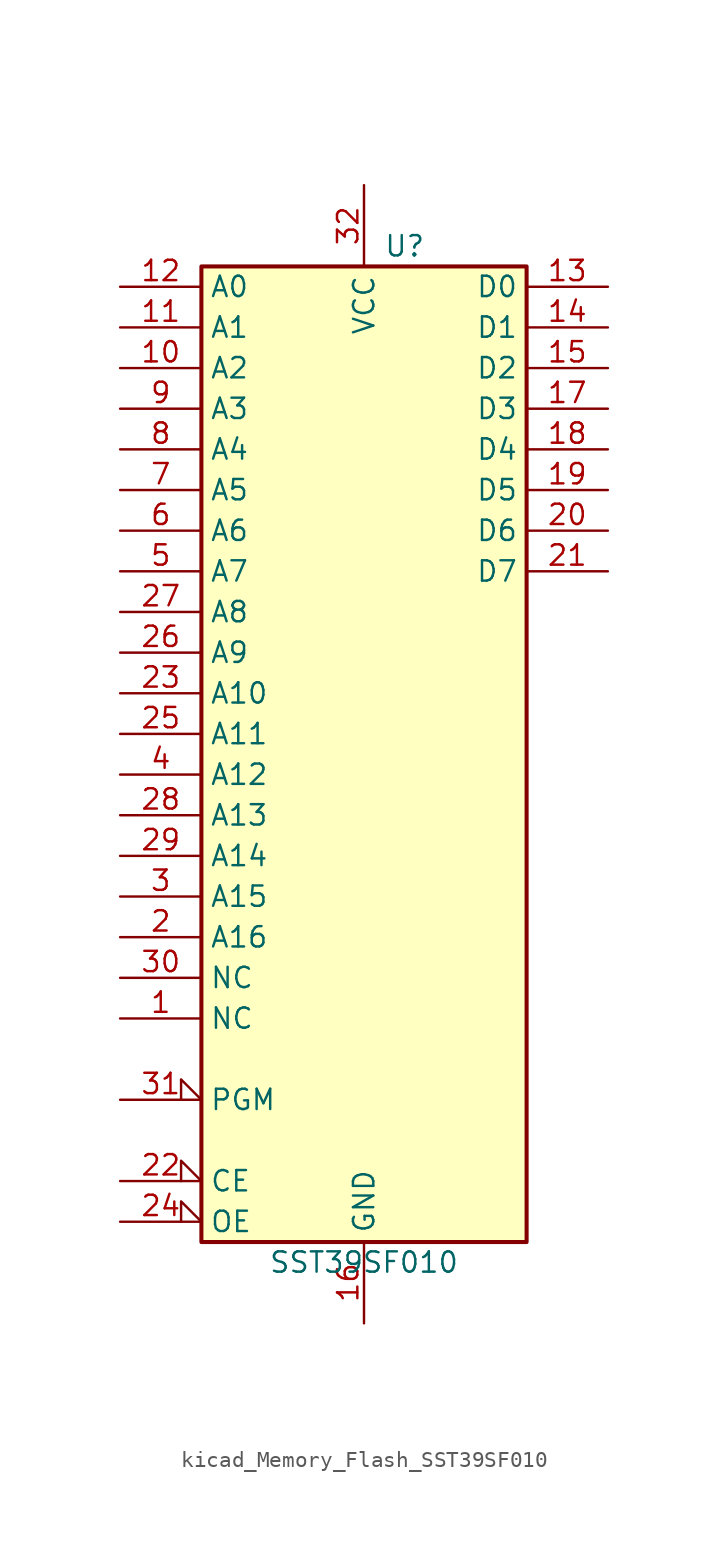
<source format=kicad_sym>
(kicad_symbol_lib
  (version 20220914)
  (generator kicad_symbol_editor)
  (symbol "kicad_Memory_Flash_SST39SF010"
    (property "Reference" "U"
      (at 2.54 33.02 0)
      (effects (font (size 1.27 1.27))))
    (property "Value" "SST39SF010"
      (at 0 -30.48 0)
      (effects (font (size 1.27 1.27))))
    (symbol "kicad_Memory_Flash_SST39SF010_0_0"
      (pin power_in line (at 0 -34.29 90) (length 5.08) (name "GND" (effects (font (size 1.27 1.27)))) (number "16" (effects (font (size 1.27 1.27)))))
      (pin power_in line (at 0 36.83 270) (length 5.08) (name "VCC" (effects (font (size 1.27 1.27)))) (number "32" (effects (font (size 1.27 1.27))))))
    (symbol "kicad_Memory_Flash_SST39SF010_0_1"
      (rectangle (start -10.16 31.75) (end 10.16 -29.21) (stroke (width 0.254) (type default)) (fill (type background))))
    (symbol "kicad_Memory_Flash_SST39SF010_1_1"
      (pin input line (at -15.24 -15.24 0) (length 5.08) (name "NC" (effects (font (size 1.27 1.27)))) (number "1" (effects (font (size 1.27 1.27)))))
      (pin input line (at -15.24 25.4 0) (length 5.08) (name "A2" (effects (font (size 1.27 1.27)))) (number "10" (effects (font (size 1.27 1.27)))))
      (pin input line (at -15.24 27.94 0) (length 5.08) (name "A1" (effects (font (size 1.27 1.27)))) (number "11" (effects (font (size 1.27 1.27)))))
      (pin input line (at -15.24 30.48 0) (length 5.08) (name "A0" (effects (font (size 1.27 1.27)))) (number "12" (effects (font (size 1.27 1.27)))))
      (pin tri_state line (at 15.24 30.48 180) (length 5.08) (name "D0" (effects (font (size 1.27 1.27)))) (number "13" (effects (font (size 1.27 1.27)))))
      (pin tri_state line (at 15.24 27.94 180) (length 5.08) (name "D1" (effects (font (size 1.27 1.27)))) (number "14" (effects (font (size 1.27 1.27)))))
      (pin tri_state line (at 15.24 25.4 180) (length 5.08) (name "D2" (effects (font (size 1.27 1.27)))) (number "15" (effects (font (size 1.27 1.27)))))
      (pin tri_state line (at 15.24 22.86 180) (length 5.08) (name "D3" (effects (font (size 1.27 1.27)))) (number "17" (effects (font (size 1.27 1.27)))))
      (pin tri_state line (at 15.24 20.32 180) (length 5.08) (name "D4" (effects (font (size 1.27 1.27)))) (number "18" (effects (font (size 1.27 1.27)))))
      (pin tri_state line (at 15.24 17.78 180) (length 5.08) (name "D5" (effects (font (size 1.27 1.27)))) (number "19" (effects (font (size 1.27 1.27)))))
      (pin input line (at -15.24 -10.16 0) (length 5.08) (name "A16" (effects (font (size 1.27 1.27)))) (number "2" (effects (font (size 1.27 1.27)))))
      (pin tri_state line (at 15.24 15.24 180) (length 5.08) (name "D6" (effects (font (size 1.27 1.27)))) (number "20" (effects (font (size 1.27 1.27)))))
      (pin tri_state line (at 15.24 12.7 180) (length 5.08) (name "D7" (effects (font (size 1.27 1.27)))) (number "21" (effects (font (size 1.27 1.27)))))
      (pin input input_low (at -15.24 -25.4 0) (length 5.08) (name "CE" (effects (font (size 1.27 1.27)))) (number "22" (effects (font (size 1.27 1.27)))))
      (pin input line (at -15.24 5.08 0) (length 5.08) (name "A10" (effects (font (size 1.27 1.27)))) (number "23" (effects (font (size 1.27 1.27)))))
      (pin input input_low (at -15.24 -27.94 0) (length 5.08) (name "OE" (effects (font (size 1.27 1.27)))) (number "24" (effects (font (size 1.27 1.27)))))
      (pin input line (at -15.24 2.54 0) (length 5.08) (name "A11" (effects (font (size 1.27 1.27)))) (number "25" (effects (font (size 1.27 1.27)))))
      (pin input line (at -15.24 7.62 0) (length 5.08) (name "A9" (effects (font (size 1.27 1.27)))) (number "26" (effects (font (size 1.27 1.27)))))
      (pin input line (at -15.24 10.16 0) (length 5.08) (name "A8" (effects (font (size 1.27 1.27)))) (number "27" (effects (font (size 1.27 1.27)))))
      (pin input line (at -15.24 -2.54 0) (length 5.08) (name "A13" (effects (font (size 1.27 1.27)))) (number "28" (effects (font (size 1.27 1.27)))))
      (pin input line (at -15.24 -5.08 0) (length 5.08) (name "A14" (effects (font (size 1.27 1.27)))) (number "29" (effects (font (size 1.27 1.27)))))
      (pin input line (at -15.24 -7.62 0) (length 5.08) (name "A15" (effects (font (size 1.27 1.27)))) (number "3" (effects (font (size 1.27 1.27)))))
      (pin input line (at -15.24 -12.7 0) (length 5.08) (name "NC" (effects (font (size 1.27 1.27)))) (number "30" (effects (font (size 1.27 1.27)))))
      (pin input input_low (at -15.24 -20.32 0) (length 5.08) (name "PGM" (effects (font (size 1.27 1.27)))) (number "31" (effects (font (size 1.27 1.27)))))
      (pin input line (at -15.24 0 0) (length 5.08) (name "A12" (effects (font (size 1.27 1.27)))) (number "4" (effects (font (size 1.27 1.27)))))
      (pin input line (at -15.24 12.7 0) (length 5.08) (name "A7" (effects (font (size 1.27 1.27)))) (number "5" (effects (font (size 1.27 1.27)))))
      (pin input line (at -15.24 15.24 0) (length 5.08) (name "A6" (effects (font (size 1.27 1.27)))) (number "6" (effects (font (size 1.27 1.27)))))
      (pin input line (at -15.24 17.78 0) (length 5.08) (name "A5" (effects (font (size 1.27 1.27)))) (number "7" (effects (font (size 1.27 1.27)))))
      (pin input line (at -15.24 20.32 0) (length 5.08) (name "A4" (effects (font (size 1.27 1.27)))) (number "8" (effects (font (size 1.27 1.27)))))
      (pin input line (at -15.24 22.86 0) (length 5.08) (name "A3" (effects (font (size 1.27 1.27)))) (number "9" (effects (font (size 1.27 1.27))))))))
</source>
